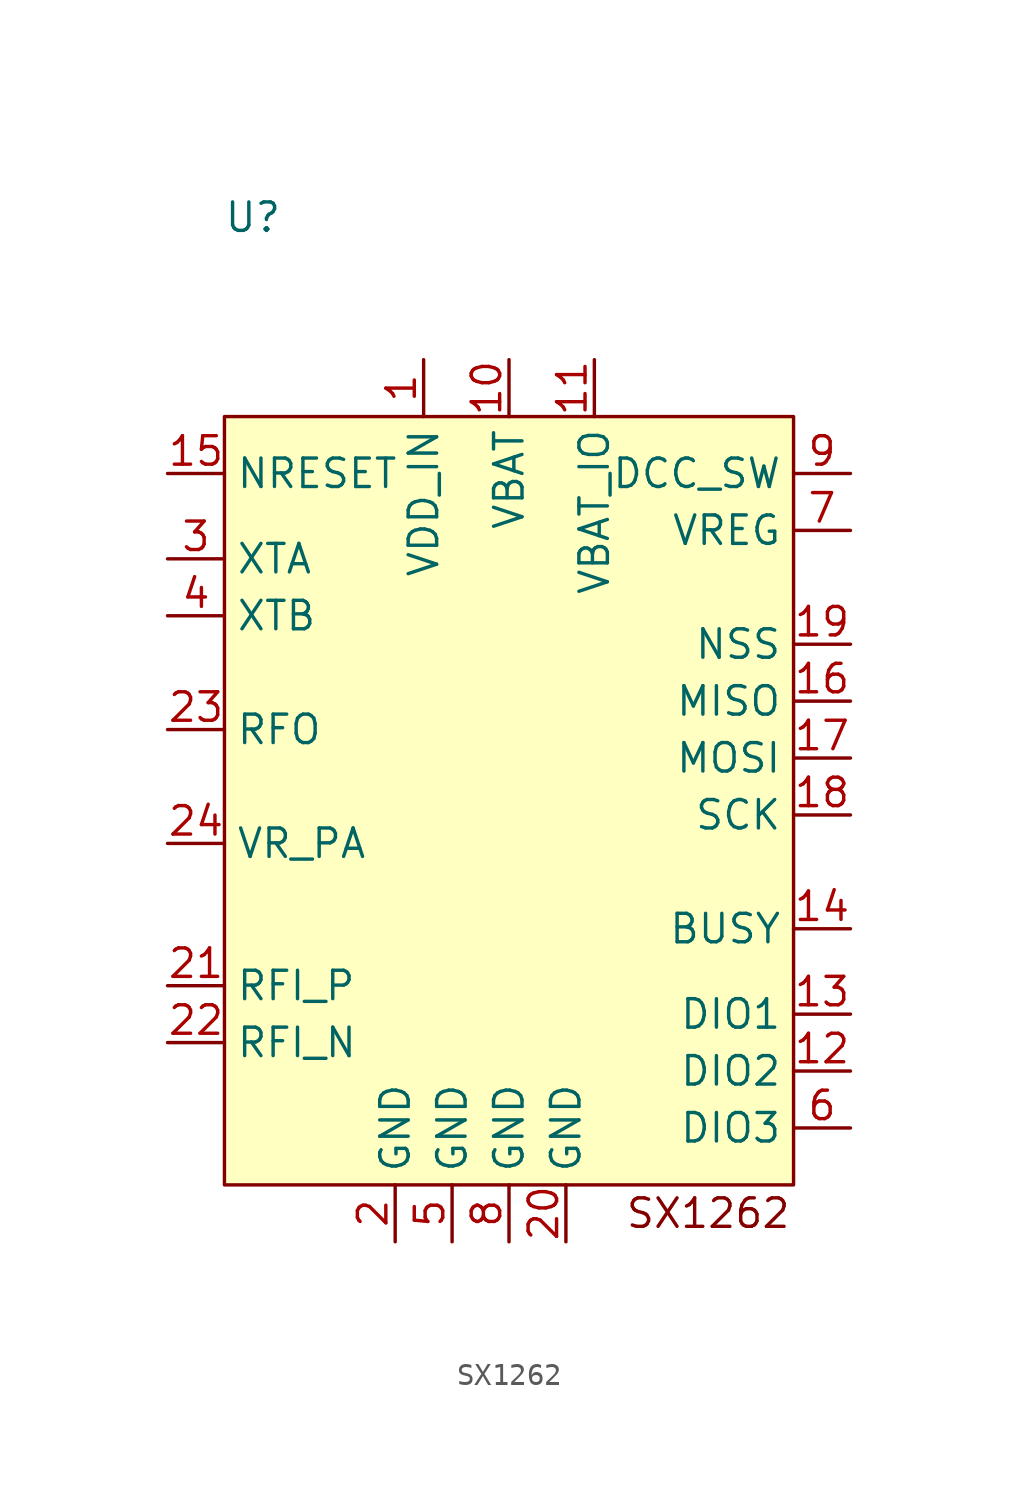
<source format=kicad_sym>
(kicad_symbol_lib
  (version 20220914)
  (generator kicad_symbol_editor)
  (symbol "SX1262"
    (pin_names
      (offset 0.5))
    (property "Reference" "U"
      (at -11.43 25.4 0)
      (effects (font (size 1.27 1.27))))
    (property "Value" ""
      (at 0 0 0)
      (effects (font (size 1.27 1.27))))
    (symbol "SX1262_1_1"
      (rectangle (start -12.7 16.51) (end 12.7 -17.78) (stroke (width 0) (type default)) (fill (type background)))
      (text "SX1262" (at 8.89 -19.05 0) (effects (font (size 1.27 1.27))))
      (pin power_in line (at -3.81 19.05 270) (length 2.54) (name "VDD_IN" (effects (font (size 1.27 1.27)))) (number "1" (effects (font (size 1.27 1.27)))))
      (pin power_in line (at 0 19.05 270) (length 2.54) (name "VBAT" (effects (font (size 1.27 1.27)))) (number "10" (effects (font (size 1.27 1.27)))))
      (pin power_in line (at 3.81 19.05 270) (length 2.54) (name "VBAT_IO" (effects (font (size 1.27 1.27)))) (number "11" (effects (font (size 1.27 1.27)))))
      (pin bidirectional line (at 15.24 -12.7 180) (length 2.54) (name "DIO2" (effects (font (size 1.27 1.27)))) (number "12" (effects (font (size 1.27 1.27)))))
      (pin bidirectional line (at 15.24 -10.16 180) (length 2.54) (name "DIO1" (effects (font (size 1.27 1.27)))) (number "13" (effects (font (size 1.27 1.27)))))
      (pin output line (at 15.24 -6.35 180) (length 2.54) (name "BUSY" (effects (font (size 1.27 1.27)))) (number "14" (effects (font (size 1.27 1.27)))))
      (pin input line (at -15.24 13.97 0) (length 2.54) (name "NRESET" (effects (font (size 1.27 1.27)))) (number "15" (effects (font (size 1.27 1.27)))))
      (pin bidirectional line (at 15.24 3.81 180) (length 2.54) (name "MISO" (effects (font (size 1.27 1.27)))) (number "16" (effects (font (size 1.27 1.27)))))
      (pin bidirectional line (at 15.24 1.27 180) (length 2.54) (name "MOSI" (effects (font (size 1.27 1.27)))) (number "17" (effects (font (size 1.27 1.27)))))
      (pin bidirectional line (at 15.24 -1.27 180) (length 2.54) (name "SCK" (effects (font (size 1.27 1.27)))) (number "18" (effects (font (size 1.27 1.27)))))
      (pin passive line (at 15.24 6.35 180) (length 2.54) (name "NSS" (effects (font (size 1.27 1.27)))) (number "19" (effects (font (size 1.27 1.27)))))
      (pin power_in line (at -5.08 -20.32 90) (length 2.54) (name "GND" (effects (font (size 1.27 1.27)))) (number "2" (effects (font (size 1.27 1.27)))))
      (pin power_in line (at 2.54 -20.32 90) (length 2.54) (name "GND" (effects (font (size 1.27 1.27)))) (number "20" (effects (font (size 1.27 1.27)))))
      (pin input line (at -15.24 -8.89 0) (length 2.54) (name "RFI_P" (effects (font (size 1.27 1.27)))) (number "21" (effects (font (size 1.27 1.27)))))
      (pin input line (at -15.24 -11.43 0) (length 2.54) (name "RFI_N" (effects (font (size 1.27 1.27)))) (number "22" (effects (font (size 1.27 1.27)))))
      (pin output line (at -15.24 2.54 0) (length 2.54) (name "RFO" (effects (font (size 1.27 1.27)))) (number "23" (effects (font (size 1.27 1.27)))))
      (pin power_out line (at -15.24 -2.54 0) (length 2.54) (name "VR_PA" (effects (font (size 1.27 1.27)))) (number "24" (effects (font (size 1.27 1.27)))))
      (pin bidirectional line (at -15.24 10.16 0) (length 2.54) (name "XTA" (effects (font (size 1.27 1.27)))) (number "3" (effects (font (size 1.27 1.27)))))
      (pin bidirectional line (at -15.24 7.62 0) (length 2.54) (name "XTB" (effects (font (size 1.27 1.27)))) (number "4" (effects (font (size 1.27 1.27)))))
      (pin power_in line (at -2.54 -20.32 90) (length 2.54) (name "GND" (effects (font (size 1.27 1.27)))) (number "5" (effects (font (size 1.27 1.27)))))
      (pin bidirectional line (at 15.24 -15.24 180) (length 2.54) (name "DIO3" (effects (font (size 1.27 1.27)))) (number "6" (effects (font (size 1.27 1.27)))))
      (pin power_out line (at 15.24 11.43 180) (length 2.54) (name "VREG" (effects (font (size 1.27 1.27)))) (number "7" (effects (font (size 1.27 1.27)))))
      (pin power_in line (at 0 -20.32 90) (length 2.54) (name "GND" (effects (font (size 1.27 1.27)))) (number "8" (effects (font (size 1.27 1.27)))))
      (pin power_out line (at 15.24 13.97 180) (length 2.54) (name "DCC_SW" (effects (font (size 1.27 1.27)))) (number "9" (effects (font (size 1.27 1.27))))))))
</source>
